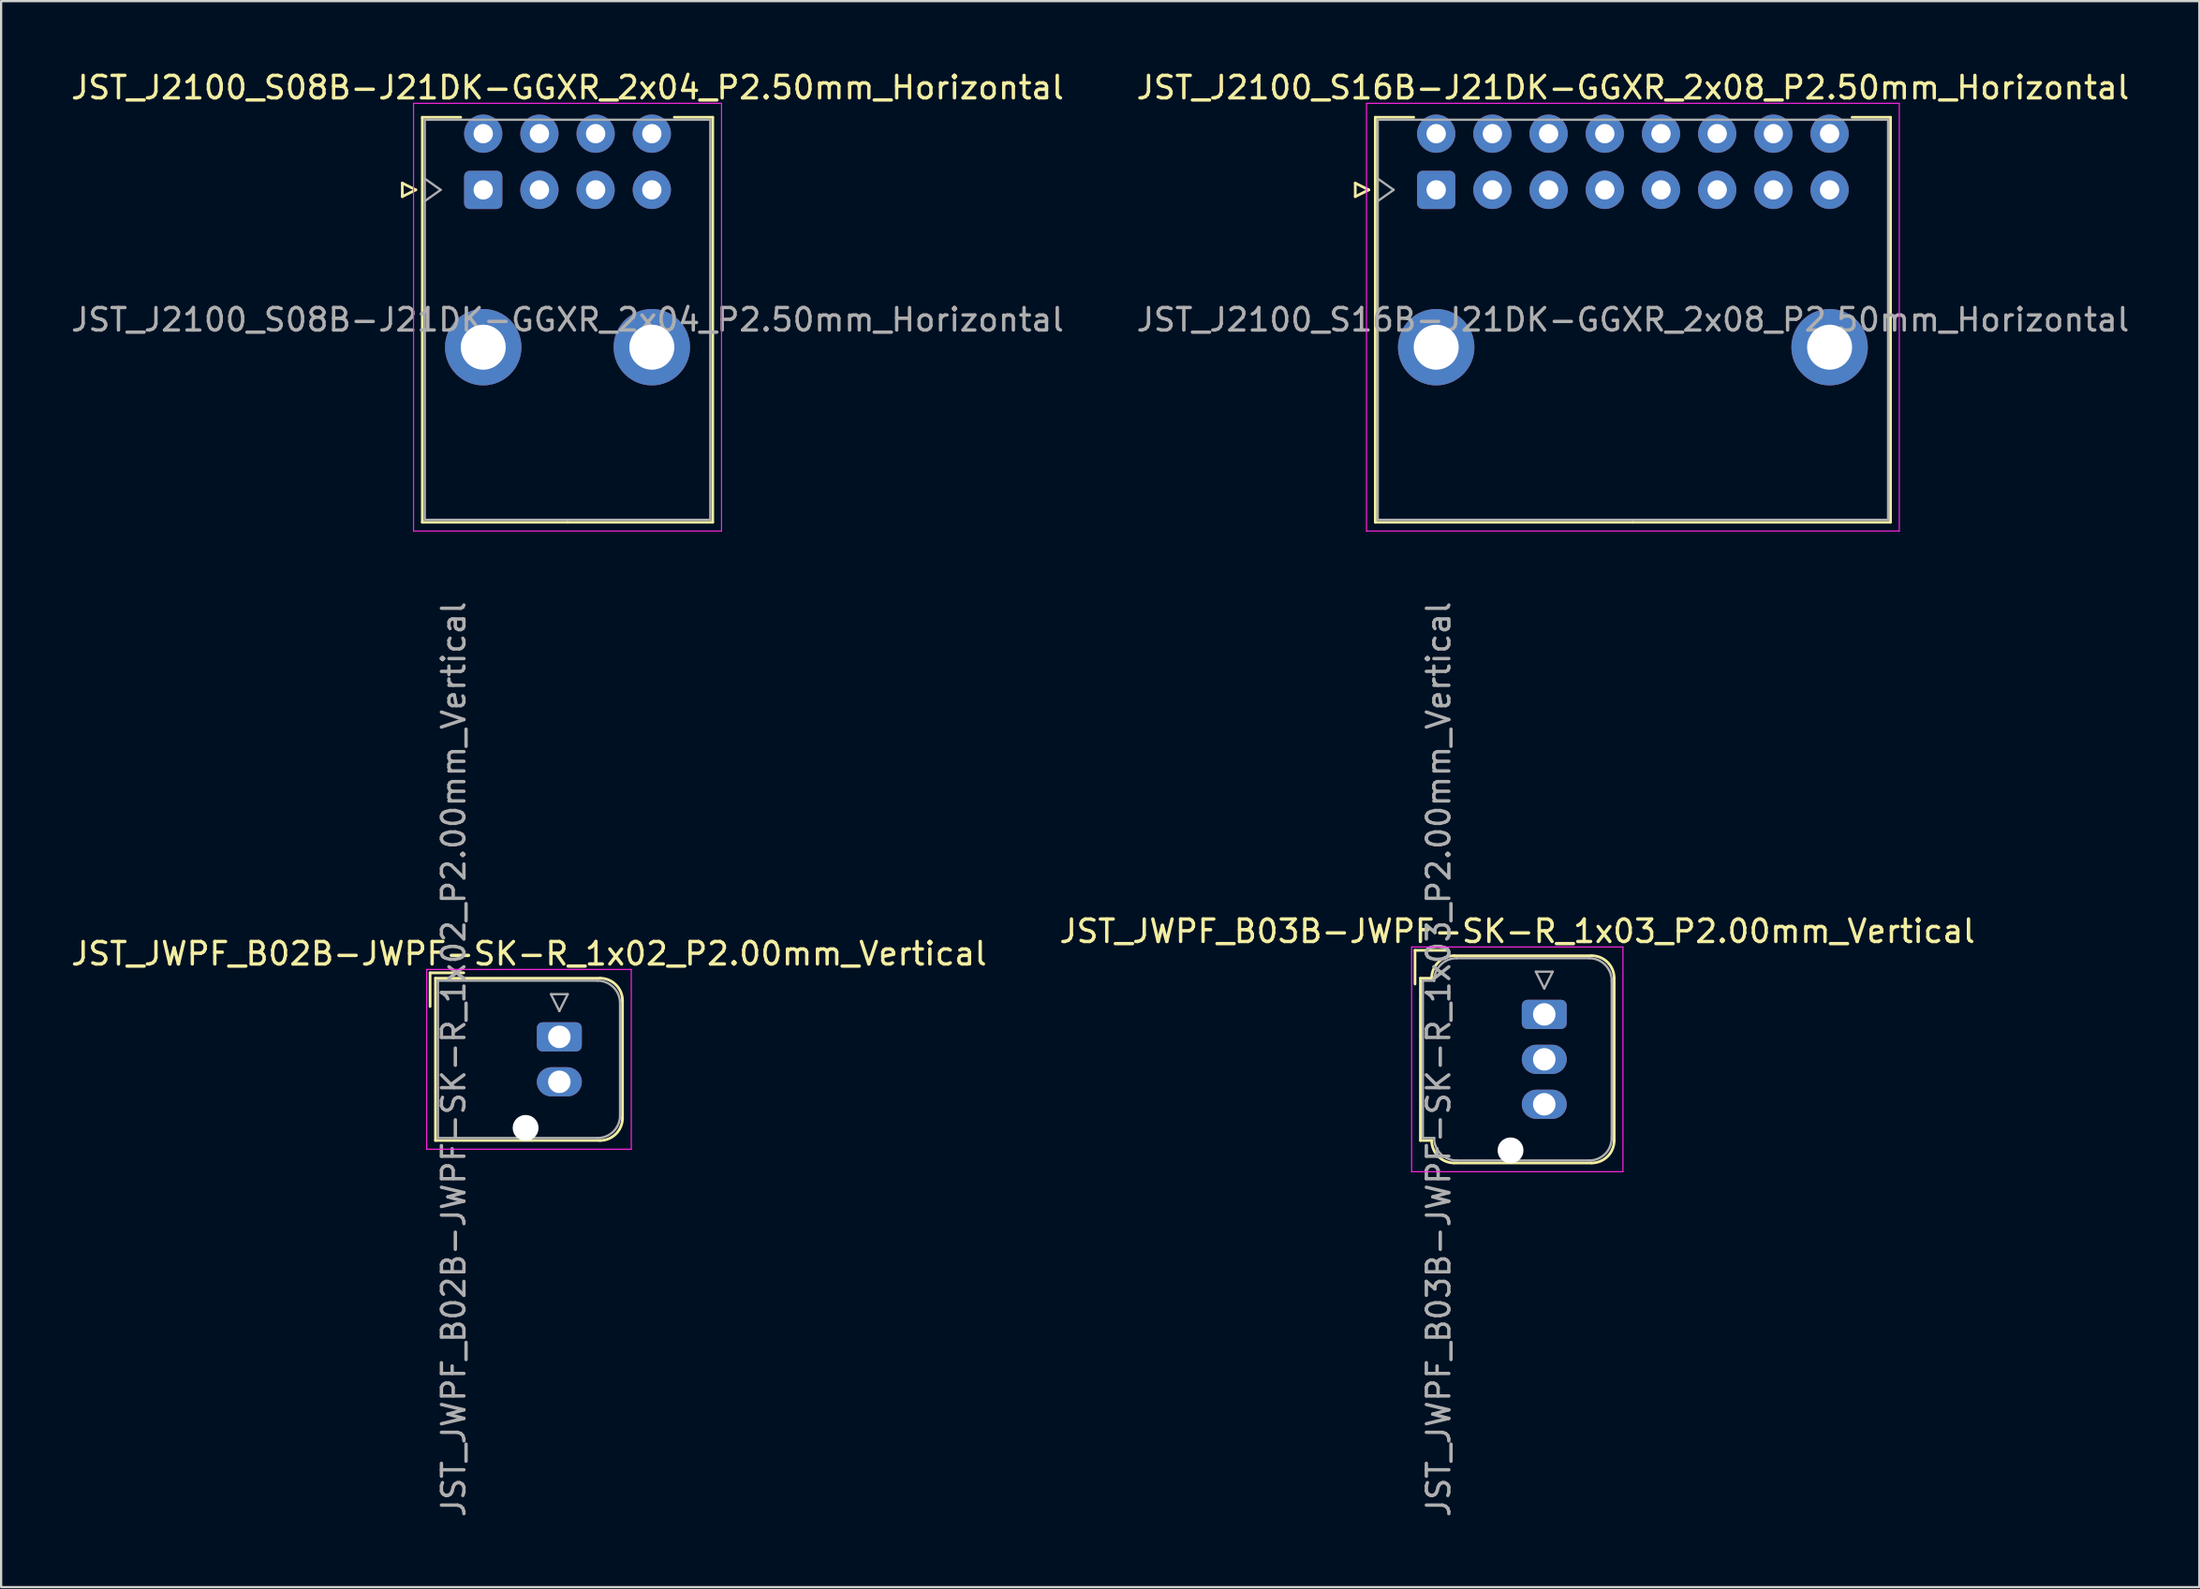
<source format=kicad_pcb>
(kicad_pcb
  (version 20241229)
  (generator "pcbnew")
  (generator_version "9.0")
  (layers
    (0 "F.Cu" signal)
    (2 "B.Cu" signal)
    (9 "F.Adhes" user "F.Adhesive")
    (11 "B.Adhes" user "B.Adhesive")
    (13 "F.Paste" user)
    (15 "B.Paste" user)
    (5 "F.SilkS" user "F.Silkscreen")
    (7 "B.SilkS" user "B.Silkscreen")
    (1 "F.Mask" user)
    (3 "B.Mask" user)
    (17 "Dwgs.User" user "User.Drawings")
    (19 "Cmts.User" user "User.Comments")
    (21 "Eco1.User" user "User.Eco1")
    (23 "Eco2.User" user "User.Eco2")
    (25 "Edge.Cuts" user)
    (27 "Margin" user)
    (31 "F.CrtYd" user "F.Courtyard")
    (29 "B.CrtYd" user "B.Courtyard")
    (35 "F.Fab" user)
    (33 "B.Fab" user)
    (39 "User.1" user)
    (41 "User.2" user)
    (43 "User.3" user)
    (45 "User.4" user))
  (footprint "JST_J2100_S08B-J21DK-GGXR_2x04_P2.50mm_Horizontal"
    (layer "F.Cu")
    (at 18.446 5.398)
    (property "Reference" "JST_J2100_S08B-J21DK-GGXR_2x04_P2.50mm_Horizontal" (at 3.75 -4.55 0) (layer "F.SilkS") (effects (font (size 1 1) (thickness 0.15))))
    (attr through_hole)
    (fp_line (start -3.6 -0.3) (end -3 0) (stroke (width 0.12) (type solid)) (layer "F.SilkS"))
    (fp_line (start -3.6 0.3) (end -3.6 -0.3) (stroke (width 0.12) (type solid)) (layer "F.SilkS"))
    (fp_line (start -3 0) (end -3.6 0.3) (stroke (width 0.12) (type solid)) (layer "F.SilkS"))
    (fp_line (start -2.71 -3.23) (end -2.71 14.79) (stroke (width 0.12) (type solid)) (layer "F.SilkS"))
    (fp_line (start -2.71 14.79) (end 3.75 14.79) (stroke (width 0.12) (type solid)) (layer "F.SilkS"))
    (fp_line (start -1 -3.23) (end -2.71 -3.23) (stroke (width 0.12) (type solid)) (layer "F.SilkS"))
    (fp_line (start 8.5 -3.23) (end 10.21 -3.23) (stroke (width 0.12) (type solid)) (layer "F.SilkS"))
    (fp_line (start 10.21 -3.23) (end 10.21 14.79) (stroke (width 0.12) (type solid)) (layer "F.SilkS"))
    (fp_line (start 10.21 14.79) (end 3.75 14.79) (stroke (width 0.12) (type solid)) (layer "F.SilkS"))
    (fp_line (start -3.1 -3.85) (end -3.1 15.18) (stroke (width 0.05) (type solid)) (layer "F.CrtYd"))
    (fp_line (start -3.1 15.18) (end 10.6 15.18) (stroke (width 0.05) (type solid)) (layer "F.CrtYd"))
    (fp_line (start 10.6 -3.85) (end -3.1 -3.85) (stroke (width 0.05) (type solid)) (layer "F.CrtYd"))
    (fp_line (start 10.6 15.18) (end 10.6 -3.85) (stroke (width 0.05) (type solid)) (layer "F.CrtYd"))
    (fp_line (start -2.6 -3.12) (end -2.6 14.68) (stroke (width 0.1) (type solid)) (layer "F.Fab"))
    (fp_line (start -2.6 0.5) (end -1.893 0) (stroke (width 0.1) (type solid)) (layer "F.Fab"))
    (fp_line (start -2.6 14.68) (end 10.1 14.68) (stroke (width 0.1) (type solid)) (layer "F.Fab"))
    (fp_line (start -1.893 0) (end -2.6 -0.5) (stroke (width 0.1) (type solid)) (layer "F.Fab"))
    (fp_line (start 10.1 -3.12) (end -2.6 -3.12) (stroke (width 0.1) (type solid)) (layer "F.Fab"))
    (fp_line (start 10.1 14.68) (end 10.1 -3.12) (stroke (width 0.1) (type solid)) (layer "F.Fab"))
    (fp_text user "${REFERENCE}" (at 3.75 5.78 0) (layer "F.Fab") (effects (font (size 1 1) (thickness 0.15))))
    (pad "" thru_hole circle (at 0 7) (size 3.4 3.4) (drill 2) (layers "*.Cu" "*.Mask"))
    (pad "" thru_hole circle (at 7.5 7) (size 3.4 3.4) (drill 2) (layers "*.Cu" "*.Mask"))
    (pad "1" thru_hole roundrect (at 0 0) (size 1.7 1.7) (drill 0.86) (layers "*.Cu" "*.Mask") (roundrect_rratio 0.147))
    (pad "2" thru_hole circle (at 2.5 0) (size 1.7 1.7) (drill 0.86) (layers "*.Cu" "*.Mask"))
    (pad "3" thru_hole circle (at 5 0) (size 1.7 1.7) (drill 0.86) (layers "*.Cu" "*.Mask"))
    (pad "4" thru_hole circle (at 7.5 0) (size 1.7 1.7) (drill 0.86) (layers "*.Cu" "*.Mask"))
    (pad "5" thru_hole circle (at 0 -2.5) (size 1.7 1.7) (drill 0.86) (layers "*.Cu" "*.Mask"))
    (pad "6" thru_hole circle (at 2.5 -2.5) (size 1.7 1.7) (drill 0.86) (layers "*.Cu" "*.Mask"))
    (pad "7" thru_hole circle (at 5 -2.5) (size 1.7 1.7) (drill 0.86) (layers "*.Cu" "*.Mask"))
    (pad "8" thru_hole circle (at 7.5 -2.5) (size 1.7 1.7) (drill 0.86) (layers "*.Cu" "*.Mask")))
  (footprint "JST_J2100_S16B-J21DK-GGXR_2x08_P2.50mm_Horizontal"
    (layer "F.Cu")
    (at 60.839 5.398)
    (property "Reference" "JST_J2100_S16B-J21DK-GGXR_2x08_P2.50mm_Horizontal" (at 8.75 -4.55 0) (layer "F.SilkS") (effects (font (size 1 1) (thickness 0.15))))
    (attr through_hole)
    (fp_line (start -3.6 -0.3) (end -3 0) (stroke (width 0.12) (type solid)) (layer "F.SilkS"))
    (fp_line (start -3.6 0.3) (end -3.6 -0.3) (stroke (width 0.12) (type solid)) (layer "F.SilkS"))
    (fp_line (start -3 0) (end -3.6 0.3) (stroke (width 0.12) (type solid)) (layer "F.SilkS"))
    (fp_line (start -2.71 -3.23) (end -2.71 14.79) (stroke (width 0.12) (type solid)) (layer "F.SilkS"))
    (fp_line (start -2.71 14.79) (end 8.75 14.79) (stroke (width 0.12) (type solid)) (layer "F.SilkS"))
    (fp_line (start -1 -3.23) (end -2.71 -3.23) (stroke (width 0.12) (type solid)) (layer "F.SilkS"))
    (fp_line (start 18.5 -3.23) (end 20.21 -3.23) (stroke (width 0.12) (type solid)) (layer "F.SilkS"))
    (fp_line (start 20.21 -3.23) (end 20.21 14.79) (stroke (width 0.12) (type solid)) (layer "F.SilkS"))
    (fp_line (start 20.21 14.79) (end 8.75 14.79) (stroke (width 0.12) (type solid)) (layer "F.SilkS"))
    (fp_line (start -3.1 -3.85) (end -3.1 15.18) (stroke (width 0.05) (type solid)) (layer "F.CrtYd"))
    (fp_line (start -3.1 15.18) (end 20.6 15.18) (stroke (width 0.05) (type solid)) (layer "F.CrtYd"))
    (fp_line (start 20.6 -3.85) (end -3.1 -3.85) (stroke (width 0.05) (type solid)) (layer "F.CrtYd"))
    (fp_line (start 20.6 15.18) (end 20.6 -3.85) (stroke (width 0.05) (type solid)) (layer "F.CrtYd"))
    (fp_line (start -2.6 -3.12) (end -2.6 14.68) (stroke (width 0.1) (type solid)) (layer "F.Fab"))
    (fp_line (start -2.6 0.5) (end -1.893 0) (stroke (width 0.1) (type solid)) (layer "F.Fab"))
    (fp_line (start -2.6 14.68) (end 20.1 14.68) (stroke (width 0.1) (type solid)) (layer "F.Fab"))
    (fp_line (start -1.893 0) (end -2.6 -0.5) (stroke (width 0.1) (type solid)) (layer "F.Fab"))
    (fp_line (start 20.1 -3.12) (end -2.6 -3.12) (stroke (width 0.1) (type solid)) (layer "F.Fab"))
    (fp_line (start 20.1 14.68) (end 20.1 -3.12) (stroke (width 0.1) (type solid)) (layer "F.Fab"))
    (fp_text user "${REFERENCE}" (at 8.75 5.78 0) (layer "F.Fab") (effects (font (size 1 1) (thickness 0.15))))
    (pad "" thru_hole circle (at 0 7) (size 3.4 3.4) (drill 2) (layers "*.Cu" "*.Mask"))
    (pad "" thru_hole circle (at 17.5 7) (size 3.4 3.4) (drill 2) (layers "*.Cu" "*.Mask"))
    (pad "1" thru_hole roundrect (at 0 0) (size 1.7 1.7) (drill 0.86) (layers "*.Cu" "*.Mask") (roundrect_rratio 0.147))
    (pad "2" thru_hole circle (at 2.5 0) (size 1.7 1.7) (drill 0.86) (layers "*.Cu" "*.Mask"))
    (pad "3" thru_hole circle (at 5 0) (size 1.7 1.7) (drill 0.86) (layers "*.Cu" "*.Mask"))
    (pad "4" thru_hole circle (at 7.5 0) (size 1.7 1.7) (drill 0.86) (layers "*.Cu" "*.Mask"))
    (pad "5" thru_hole circle (at 10 0) (size 1.7 1.7) (drill 0.86) (layers "*.Cu" "*.Mask"))
    (pad "6" thru_hole circle (at 12.5 0) (size 1.7 1.7) (drill 0.86) (layers "*.Cu" "*.Mask"))
    (pad "7" thru_hole circle (at 15 0) (size 1.7 1.7) (drill 0.86) (layers "*.Cu" "*.Mask"))
    (pad "8" thru_hole circle (at 17.5 0) (size 1.7 1.7) (drill 0.86) (layers "*.Cu" "*.Mask"))
    (pad "9" thru_hole circle (at 0 -2.5) (size 1.7 1.7) (drill 0.86) (layers "*.Cu" "*.Mask"))
    (pad "10" thru_hole circle (at 2.5 -2.5) (size 1.7 1.7) (drill 0.86) (layers "*.Cu" "*.Mask"))
    (pad "11" thru_hole circle (at 5 -2.5) (size 1.7 1.7) (drill 0.86) (layers "*.Cu" "*.Mask"))
    (pad "12" thru_hole circle (at 7.5 -2.5) (size 1.7 1.7) (drill 0.86) (layers "*.Cu" "*.Mask"))
    (pad "13" thru_hole circle (at 10 -2.5) (size 1.7 1.7) (drill 0.86) (layers "*.Cu" "*.Mask"))
    (pad "14" thru_hole circle (at 12.5 -2.5) (size 1.7 1.7) (drill 0.86) (layers "*.Cu" "*.Mask"))
    (pad "15" thru_hole circle (at 15 -2.5) (size 1.7 1.7) (drill 0.86) (layers "*.Cu" "*.Mask"))
    (pad "16" thru_hole circle (at 17.5 -2.5) (size 1.7 1.7) (drill 0.86) (layers "*.Cu" "*.Mask")))
  (footprint "JST_JWPF_B02B-JWPF-SK-R_1x02_P2.00mm_Vertical"
    (layer "F.Cu")
    (at 21.832 43.085)
    (property "Reference" "JST_JWPF_B02B-JWPF-SK-R_1x02_P2.00mm_Vertical" (at -1.35 -3.7 0) (layer "F.SilkS") (effects (font (size 1 1) (thickness 0.15))))
    (attr through_hole)
    (fp_line (start -5.75 -2.85) (end -4.25 -2.85) (stroke (width 0.12) (type solid)) (layer "F.SilkS"))
    (fp_line (start -5.75 -1.35) (end -5.75 -2.85) (stroke (width 0.12) (type solid)) (layer "F.SilkS"))
    (fp_line (start -5.51 -2.61) (end -5.51 4.61) (stroke (width 0.12) (type solid)) (layer "F.SilkS"))
    (fp_line (start -5.51 4.61) (end 1.81 4.61) (stroke (width 0.12) (type solid)) (layer "F.SilkS"))
    (fp_line (start 1.81 -2.61) (end -5.51 -2.61) (stroke (width 0.12) (type solid)) (layer "F.SilkS"))
    (fp_line (start 2.81 -1.61) (end 2.81 3.61) (stroke (width 0.12) (type solid)) (layer "F.SilkS"))
    (fp_arc (start 1.81 -2.61) (mid 2.517107 -2.317107) (end 2.81 -1.61) (stroke (width 0.12) (type solid)) (layer "F.SilkS"))
    (fp_arc (start 2.81 3.61) (mid 2.517107 4.317107) (end 1.81 4.61) (stroke (width 0.12) (type solid)) (layer "F.SilkS"))
    (fp_line (start -5.9 -3) (end -5.9 5) (stroke (width 0.05) (type solid)) (layer "F.CrtYd"))
    (fp_line (start -5.9 5) (end 3.2 5) (stroke (width 0.05) (type solid)) (layer "F.CrtYd"))
    (fp_line (start 3.2 -3) (end -5.9 -3) (stroke (width 0.05) (type solid)) (layer "F.CrtYd"))
    (fp_line (start 3.2 5) (end 3.2 -3) (stroke (width 0.05) (type solid)) (layer "F.CrtYd"))
    (fp_line (start -5.4 -2.5) (end -5.4 4.5) (stroke (width 0.1) (type solid)) (layer "F.Fab"))
    (fp_line (start -5.4 4.5) (end 1.7 4.5) (stroke (width 0.1) (type solid)) (layer "F.Fab"))
    (fp_line (start -0.375 -1.9) (end 0.375 -1.9) (stroke (width 0.1) (type solid)) (layer "F.Fab"))
    (fp_line (start 0 -1.15) (end -0.375 -1.9) (stroke (width 0.1) (type solid)) (layer "F.Fab"))
    (fp_line (start 0.375 -1.9) (end 0 -1.15) (stroke (width 0.1) (type solid)) (layer "F.Fab"))
    (fp_line (start 1.7 -2.5) (end -5.4 -2.5) (stroke (width 0.1) (type solid)) (layer "F.Fab"))
    (fp_line (start 2.7 -1.5) (end 2.7 3.5) (stroke (width 0.1) (type solid)) (layer "F.Fab"))
    (fp_arc (start 1.7 -2.5) (mid 2.407107 -2.207107) (end 2.7 -1.5) (stroke (width 0.1) (type solid)) (layer "F.Fab"))
    (fp_arc (start 2.7 3.5) (mid 2.407107 4.207107) (end 1.7 4.5) (stroke (width 0.1) (type solid)) (layer "F.Fab"))
    (fp_text user "${REFERENCE}" (at -4.7 1 90) (layer "F.Fab") (effects (font (size 1 1) (thickness 0.15))))
    (pad "" np_thru_hole circle (at -1.5 4.05) (size 1.15 1.15) (drill 1.15) (layers "*.Cu" "*.Mask"))
    (pad "1" thru_hole roundrect (at 0 0) (size 2 1.3) (drill 1) (layers "*.Cu" "*.Mask") (roundrect_rratio 0.192))
    (pad "2" thru_hole oval (at 0 2) (size 2 1.3) (drill 1) (layers "*.Cu" "*.Mask")))
  (footprint "JST_JWPF_B03B-JWPF-SK-R_1x03_P2.00mm_Vertical"
    (layer "F.Cu")
    (at 65.646 42.085)
    (property "Reference" "JST_JWPF_B03B-JWPF-SK-R_1x03_P2.00mm_Vertical" (at -1.2 -3.7 0) (layer "F.SilkS") (effects (font (size 1 1) (thickness 0.15))))
    (attr through_hole)
    (fp_line (start -5.75 -2.85) (end -4.25 -2.85) (stroke (width 0.12) (type solid)) (layer "F.SilkS"))
    (fp_line (start -5.75 -1.35) (end -5.75 -2.85) (stroke (width 0.12) (type solid)) (layer "F.SilkS"))
    (fp_line (start -5.51 -1.61) (end -5.51 5.61) (stroke (width 0.12) (type solid)) (layer "F.SilkS"))
    (fp_line (start -5.51 5.61) (end -5.01 5.61) (stroke (width 0.12) (type solid)) (layer "F.SilkS"))
    (fp_line (start -5.01 -1.61) (end -5.51 -1.61) (stroke (width 0.12) (type solid)) (layer "F.SilkS"))
    (fp_line (start -5.01 -1.61) (end -5.01 -1.61) (stroke (width 0.12) (type solid)) (layer "F.SilkS"))
    (fp_line (start -5.01 5.61) (end -5.01 5.61) (stroke (width 0.12) (type solid)) (layer "F.SilkS"))
    (fp_line (start -4.01 -2.61) (end 2.11 -2.61) (stroke (width 0.12) (type solid)) (layer "F.SilkS"))
    (fp_line (start -4.01 6.61) (end 2.11 6.61) (stroke (width 0.12) (type solid)) (layer "F.SilkS"))
    (fp_line (start 3.11 -1.61) (end 3.11 5.61) (stroke (width 0.12) (type solid)) (layer "F.SilkS"))
    (fp_arc (start -5.01 -1.61) (mid -4.717107 -2.317107) (end -4.01 -2.61) (stroke (width 0.12) (type solid)) (layer "F.SilkS"))
    (fp_arc (start -4.01 6.61) (mid -4.717107 6.317107) (end -5.01 5.61) (stroke (width 0.12) (type solid)) (layer "F.SilkS"))
    (fp_arc (start 2.11 -2.61) (mid 2.817107 -2.317107) (end 3.11 -1.61) (stroke (width 0.12) (type solid)) (layer "F.SilkS"))
    (fp_arc (start 3.11 5.61) (mid 2.817107 6.317107) (end 2.11 6.61) (stroke (width 0.12) (type solid)) (layer "F.SilkS"))
    (fp_line (start -5.9 -3) (end -5.9 7) (stroke (width 0.05) (type solid)) (layer "F.CrtYd"))
    (fp_line (start -5.9 7) (end 3.5 7) (stroke (width 0.05) (type solid)) (layer "F.CrtYd"))
    (fp_line (start 3.5 -3) (end -5.9 -3) (stroke (width 0.05) (type solid)) (layer "F.CrtYd"))
    (fp_line (start 3.5 7) (end 3.5 -3) (stroke (width 0.05) (type solid)) (layer "F.CrtYd"))
    (fp_line (start -5.4 -1.5) (end -5.4 5.5) (stroke (width 0.1) (type solid)) (layer "F.Fab"))
    (fp_line (start -5.4 5.5) (end -4.9 5.5) (stroke (width 0.1) (type solid)) (layer "F.Fab"))
    (fp_line (start -4.9 -1.5) (end -5.4 -1.5) (stroke (width 0.1) (type solid)) (layer "F.Fab"))
    (fp_line (start -4.9 -1.5) (end -4.9 -1.5) (stroke (width 0.1) (type solid)) (layer "F.Fab"))
    (fp_line (start -4.9 5.5) (end -4.9 5.5) (stroke (width 0.1) (type solid)) (layer "F.Fab"))
    (fp_line (start -3.9 -2.5) (end 2 -2.5) (stroke (width 0.1) (type solid)) (layer "F.Fab"))
    (fp_line (start -3.9 6.5) (end 2 6.5) (stroke (width 0.1) (type solid)) (layer "F.Fab"))
    (fp_line (start -0.375 -1.9) (end 0.375 -1.9) (stroke (width 0.1) (type solid)) (layer "F.Fab"))
    (fp_line (start 0 -1.15) (end -0.375 -1.9) (stroke (width 0.1) (type solid)) (layer "F.Fab"))
    (fp_line (start 0.375 -1.9) (end 0 -1.15) (stroke (width 0.1) (type solid)) (layer "F.Fab"))
    (fp_line (start 3 -1.5) (end 3 5.5) (stroke (width 0.1) (type solid)) (layer "F.Fab"))
    (fp_arc (start -4.9 -1.5) (mid -4.607107 -2.207107) (end -3.9 -2.5) (stroke (width 0.1) (type solid)) (layer "F.Fab"))
    (fp_arc (start -3.9 6.5) (mid -4.607107 6.207107) (end -4.9 5.5) (stroke (width 0.1) (type solid)) (layer "F.Fab"))
    (fp_arc (start 2 -2.5) (mid 2.707107 -2.207107) (end 3 -1.5) (stroke (width 0.1) (type solid)) (layer "F.Fab"))
    (fp_arc (start 3 5.5) (mid 2.707107 6.207107) (end 2 6.5) (stroke (width 0.1) (type solid)) (layer "F.Fab"))
    (fp_text user "${REFERENCE}" (at -4.7 2 90) (layer "F.Fab") (effects (font (size 1 1) (thickness 0.15))))
    (pad "" np_thru_hole circle (at -1.5 6.05) (size 1.15 1.15) (drill 1.15) (layers "*.Cu" "*.Mask"))
    (pad "1" thru_hole roundrect (at 0 0) (size 2 1.3) (drill 1) (layers "*.Cu" "*.Mask") (roundrect_rratio 0.192))
    (pad "2" thru_hole oval (at 0 2) (size 2 1.3) (drill 1) (layers "*.Cu" "*.Mask"))
    (pad "3" thru_hole oval (at 0 4) (size 2 1.3) (drill 1) (layers "*.Cu" "*.Mask")))
  (gr_rect
    (start -3 -3)
    (end 94.786 67.568)
    (stroke (width 0.1) (type default))
    (fill no)
    (layer "Edge.Cuts")))
</source>
